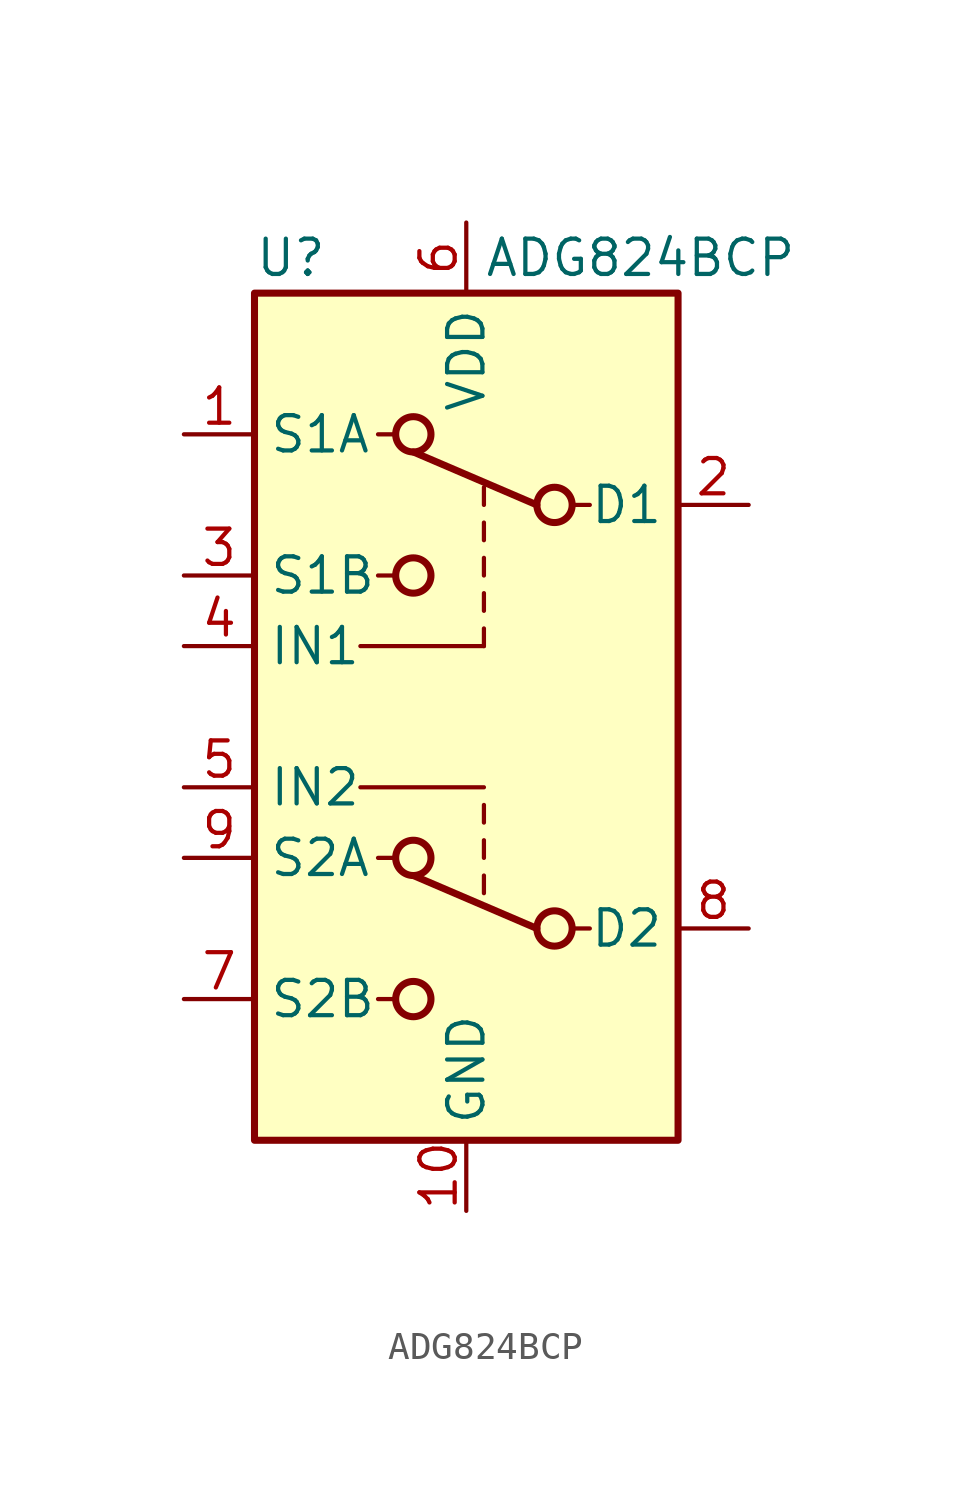
<source format=kicad_sym>
(kicad_symbol_lib
  (version 20211014)
  (generator kicad_symbol_editor)
  (symbol "ADG824BCP"
    (property "Reference" "U"
      (at -7.62 16.51 0)
      (effects (font (size 1.27 1.27)) (justify left)))
    (property "Value" "ADG824BCP"
      (at 0.635 16.51 0)
      (effects (font (size 1.27 1.27)) (justify left)))
    (symbol "ADG824BCP_0_1"
      (rectangle (start -7.62 15.24) (end 7.62 -15.24) (stroke (width 0.254) (type default) (color 0 0 0 0)) (fill (type background)))
      (circle (center -1.905 -10.16) (radius 0.635) (stroke (width 0.254) (type default) (color 0 0 0 0)) (fill (type none)))
      (circle (center -1.905 -5.08) (radius 0.635) (stroke (width 0.254) (type default) (color 0 0 0 0)) (fill (type none)))
      (circle (center -1.905 5.08) (radius 0.635) (stroke (width 0.254) (type default) (color 0 0 0 0)) (fill (type none)))
      (circle (center -1.905 10.16) (radius 0.635) (stroke (width 0.254) (type default) (color 0 0 0 0)) (fill (type none)))
      (polyline (pts (xy -3.81 -2.54) (xy 0.635 -2.54)) (stroke (width 0) (type default) (color 0 0 0 0)) (fill (type none)))
      (polyline (pts (xy -3.81 2.54) (xy 0.635 2.54)) (stroke (width 0) (type default) (color 0 0 0 0)) (fill (type none)))
      (polyline (pts (xy -3.175 -10.16) (xy -2.54 -10.16)) (stroke (width 0) (type default) (color 0 0 0 0)) (fill (type none)))
      (polyline (pts (xy -3.175 -5.08) (xy -2.54 -5.08)) (stroke (width 0) (type default) (color 0 0 0 0)) (fill (type none)))
      (polyline (pts (xy -3.175 5.08) (xy -2.54 5.08)) (stroke (width 0) (type default) (color 0 0 0 0)) (fill (type none)))
      (polyline (pts (xy -3.175 10.16) (xy -2.54 10.16)) (stroke (width 0) (type default) (color 0 0 0 0)) (fill (type none)))
      (polyline (pts (xy -1.905 9.525) (xy 2.54 7.62)) (stroke (width 0.254) (type default) (color 0 0 0 0)) (fill (type none)))
      (polyline (pts (xy 0.635 -5.715) (xy 0.635 -6.35)) (stroke (width 0) (type default) (color 0 0 0 0)) (fill (type none)))
      (polyline (pts (xy 0.635 -4.445) (xy 0.635 -5.08)) (stroke (width 0) (type default) (color 0 0 0 0)) (fill (type none)))
      (polyline (pts (xy 0.635 -3.175) (xy 0.635 -3.81)) (stroke (width 0) (type default) (color 0 0 0 0)) (fill (type none)))
      (polyline (pts (xy 0.635 3.175) (xy 0.635 2.54)) (stroke (width 0) (type default) (color 0 0 0 0)) (fill (type none)))
      (polyline (pts (xy 0.635 4.445) (xy 0.635 3.81)) (stroke (width 0) (type default) (color 0 0 0 0)) (fill (type none)))
      (polyline (pts (xy 0.635 5.715) (xy 0.635 5.08)) (stroke (width 0) (type default) (color 0 0 0 0)) (fill (type none)))
      (polyline (pts (xy 0.635 6.985) (xy 0.635 6.35)) (stroke (width 0) (type default) (color 0 0 0 0)) (fill (type none)))
      (polyline (pts (xy 0.635 8.255) (xy 0.635 7.62)) (stroke (width 0) (type default) (color 0 0 0 0)) (fill (type none)))
      (polyline (pts (xy 2.54 -7.62) (xy -1.905 -5.715)) (stroke (width 0.254) (type default) (color 0 0 0 0)) (fill (type none)))
      (polyline (pts (xy 4.445 -7.62) (xy 3.81 -7.62)) (stroke (width 0) (type default) (color 0 0 0 0)) (fill (type none)))
      (polyline (pts (xy 4.445 7.62) (xy 3.81 7.62)) (stroke (width 0) (type default) (color 0 0 0 0)) (fill (type none)))
      (circle (center 3.175 -7.62) (radius 0.635) (stroke (width 0.254) (type default) (color 0 0 0 0)) (fill (type none)))
      (circle (center 3.175 7.62) (radius 0.635) (stroke (width 0.254) (type default) (color 0 0 0 0)) (fill (type none))))
    (symbol "ADG824BCP_1_1"
      (pin bidirectional line (at -10.16 10.16 0) (length 2.54) (name "S1A" (effects (font (size 1.27 1.27)))) (number "1" (effects (font (size 1.27 1.27)))))
      (pin power_in line (at 0 -17.78 90) (length 2.54) (name "GND" (effects (font (size 1.27 1.27)))) (number "10" (effects (font (size 1.27 1.27)))))
      (pin bidirectional line (at 10.16 7.62 180) (length 2.54) (name "D1" (effects (font (size 1.27 1.27)))) (number "2" (effects (font (size 1.27 1.27)))))
      (pin bidirectional line (at -10.16 5.08 0) (length 2.54) (name "S1B" (effects (font (size 1.27 1.27)))) (number "3" (effects (font (size 1.27 1.27)))))
      (pin input line (at -10.16 2.54 0) (length 2.54) (name "IN1" (effects (font (size 1.27 1.27)))) (number "4" (effects (font (size 1.27 1.27)))))
      (pin input line (at -10.16 -2.54 0) (length 2.54) (name "IN2" (effects (font (size 1.27 1.27)))) (number "5" (effects (font (size 1.27 1.27)))))
      (pin power_in line (at 0 17.78 270) (length 2.54) (name "VDD" (effects (font (size 1.27 1.27)))) (number "6" (effects (font (size 1.27 1.27)))))
      (pin bidirectional line (at -10.16 -10.16 0) (length 2.54) (name "S2B" (effects (font (size 1.27 1.27)))) (number "7" (effects (font (size 1.27 1.27)))))
      (pin bidirectional line (at 10.16 -7.62 180) (length 2.54) (name "D2" (effects (font (size 1.27 1.27)))) (number "8" (effects (font (size 1.27 1.27)))))
      (pin bidirectional line (at -10.16 -5.08 0) (length 2.54) (name "S2A" (effects (font (size 1.27 1.27)))) (number "9" (effects (font (size 1.27 1.27))))))))
</source>
